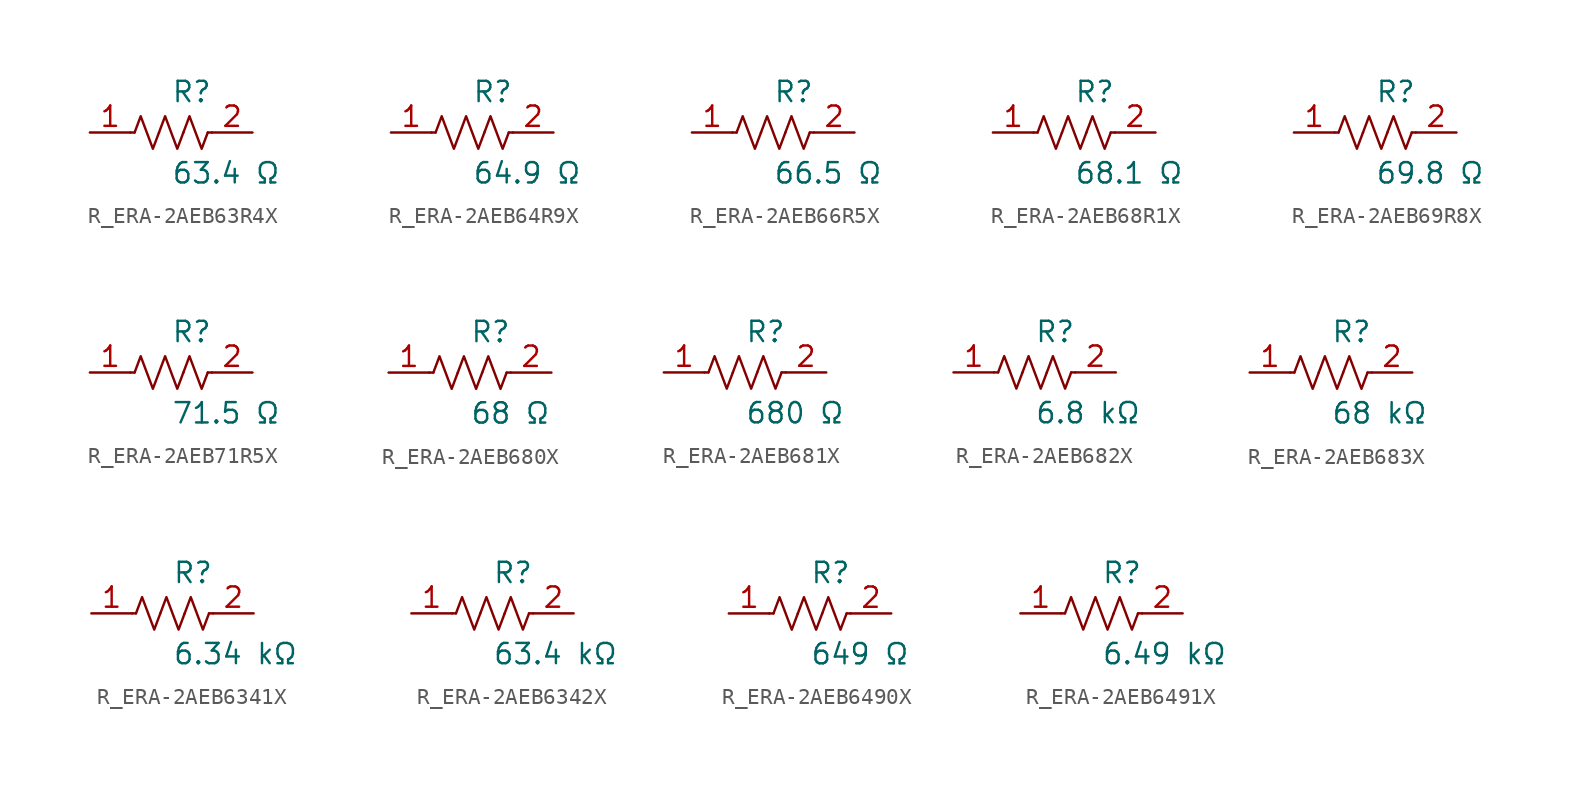
<source format=kicad_sym>
(kicad_symbol_lib
  (version 20231120)
  (generator kicad_symbol_editor)
  (generator_version 8.0)
  (symbol "R_ERA-2AEB63R4X"
    (pin_names
      (offset 0.254))
    (property "Reference" "R"
      (at 0.0 2.54 0)
      (effects (font (size 1.27 1.27)) (justify left)))
    (property "Value" "63.4 Ω"
      (at 0.0 -2.54 0)
      (effects (font (size 1.27 1.27)) (justify left)))
    (symbol "R_ERA-2AEB63R4X_0_1"
      (polyline (pts (xy 2.286 0) (xy 2.54 0)) (stroke (width 0) (type default)) (fill (type none)))
      (polyline (pts (xy -2.286 0) (xy -2.54 0)) (stroke (width 0) (type default)) (fill (type none)))
      (polyline (pts (xy 0.762 0) (xy 1.143 1.016) (xy 1.524 0) (xy 1.905 -1.016) (xy 2.286 0)) (stroke (width 0) (type default)) (fill (type none)))
      (polyline (pts (xy -0.762 0) (xy -0.381 1.016) (xy 0 0) (xy 0.381 -1.016) (xy 0.762 0)) (stroke (width 0) (type default)) (fill (type none)))
      (polyline (pts (xy -2.286 0) (xy -1.905 1.016) (xy -1.524 0) (xy -1.143 -1.016) (xy -0.762 0)) (stroke (width 0) (type default)) (fill (type none))))
    (pin unspecified line
      (at -5.08 0 0)
      (length 2.54)
      (name "" (effects (font (size 1.27 1.27))))
      (number "1" (effects (font (size 1.27 1.27)))))
    (pin unspecified line
      (at 5.08 0 180)
      (length 2.54)
      (name "" (effects (font (size 1.27 1.27))))
      (number "2" (effects (font (size 1.27 1.27))))))
  (symbol "R_ERA-2AEB64R9X"
    (pin_names
      (offset 0.254))
    (property "Reference" "R"
      (at 0.0 2.54 0)
      (effects (font (size 1.27 1.27)) (justify left)))
    (property "Value" "64.9 Ω"
      (at 0.0 -2.54 0)
      (effects (font (size 1.27 1.27)) (justify left)))
    (symbol "R_ERA-2AEB64R9X_0_1"
      (polyline (pts (xy 2.286 0) (xy 2.54 0)) (stroke (width 0) (type default)) (fill (type none)))
      (polyline (pts (xy -2.286 0) (xy -2.54 0)) (stroke (width 0) (type default)) (fill (type none)))
      (polyline (pts (xy 0.762 0) (xy 1.143 1.016) (xy 1.524 0) (xy 1.905 -1.016) (xy 2.286 0)) (stroke (width 0) (type default)) (fill (type none)))
      (polyline (pts (xy -0.762 0) (xy -0.381 1.016) (xy 0 0) (xy 0.381 -1.016) (xy 0.762 0)) (stroke (width 0) (type default)) (fill (type none)))
      (polyline (pts (xy -2.286 0) (xy -1.905 1.016) (xy -1.524 0) (xy -1.143 -1.016) (xy -0.762 0)) (stroke (width 0) (type default)) (fill (type none))))
    (pin unspecified line
      (at -5.08 0 0)
      (length 2.54)
      (name "" (effects (font (size 1.27 1.27))))
      (number "1" (effects (font (size 1.27 1.27)))))
    (pin unspecified line
      (at 5.08 0 180)
      (length 2.54)
      (name "" (effects (font (size 1.27 1.27))))
      (number "2" (effects (font (size 1.27 1.27))))))
  (symbol "R_ERA-2AEB66R5X"
    (pin_names
      (offset 0.254))
    (property "Reference" "R"
      (at 0.0 2.54 0)
      (effects (font (size 1.27 1.27)) (justify left)))
    (property "Value" "66.5 Ω"
      (at 0.0 -2.54 0)
      (effects (font (size 1.27 1.27)) (justify left)))
    (symbol "R_ERA-2AEB66R5X_0_1"
      (polyline (pts (xy 2.286 0) (xy 2.54 0)) (stroke (width 0) (type default)) (fill (type none)))
      (polyline (pts (xy -2.286 0) (xy -2.54 0)) (stroke (width 0) (type default)) (fill (type none)))
      (polyline (pts (xy 0.762 0) (xy 1.143 1.016) (xy 1.524 0) (xy 1.905 -1.016) (xy 2.286 0)) (stroke (width 0) (type default)) (fill (type none)))
      (polyline (pts (xy -0.762 0) (xy -0.381 1.016) (xy 0 0) (xy 0.381 -1.016) (xy 0.762 0)) (stroke (width 0) (type default)) (fill (type none)))
      (polyline (pts (xy -2.286 0) (xy -1.905 1.016) (xy -1.524 0) (xy -1.143 -1.016) (xy -0.762 0)) (stroke (width 0) (type default)) (fill (type none))))
    (pin unspecified line
      (at -5.08 0 0)
      (length 2.54)
      (name "" (effects (font (size 1.27 1.27))))
      (number "1" (effects (font (size 1.27 1.27)))))
    (pin unspecified line
      (at 5.08 0 180)
      (length 2.54)
      (name "" (effects (font (size 1.27 1.27))))
      (number "2" (effects (font (size 1.27 1.27))))))
  (symbol "R_ERA-2AEB68R1X"
    (pin_names
      (offset 0.254))
    (property "Reference" "R"
      (at 0.0 2.54 0)
      (effects (font (size 1.27 1.27)) (justify left)))
    (property "Value" "68.1 Ω"
      (at 0.0 -2.54 0)
      (effects (font (size 1.27 1.27)) (justify left)))
    (symbol "R_ERA-2AEB68R1X_0_1"
      (polyline (pts (xy 2.286 0) (xy 2.54 0)) (stroke (width 0) (type default)) (fill (type none)))
      (polyline (pts (xy -2.286 0) (xy -2.54 0)) (stroke (width 0) (type default)) (fill (type none)))
      (polyline (pts (xy 0.762 0) (xy 1.143 1.016) (xy 1.524 0) (xy 1.905 -1.016) (xy 2.286 0)) (stroke (width 0) (type default)) (fill (type none)))
      (polyline (pts (xy -0.762 0) (xy -0.381 1.016) (xy 0 0) (xy 0.381 -1.016) (xy 0.762 0)) (stroke (width 0) (type default)) (fill (type none)))
      (polyline (pts (xy -2.286 0) (xy -1.905 1.016) (xy -1.524 0) (xy -1.143 -1.016) (xy -0.762 0)) (stroke (width 0) (type default)) (fill (type none))))
    (pin unspecified line
      (at -5.08 0 0)
      (length 2.54)
      (name "" (effects (font (size 1.27 1.27))))
      (number "1" (effects (font (size 1.27 1.27)))))
    (pin unspecified line
      (at 5.08 0 180)
      (length 2.54)
      (name "" (effects (font (size 1.27 1.27))))
      (number "2" (effects (font (size 1.27 1.27))))))
  (symbol "R_ERA-2AEB69R8X"
    (pin_names
      (offset 0.254))
    (property "Reference" "R"
      (at 0.0 2.54 0)
      (effects (font (size 1.27 1.27)) (justify left)))
    (property "Value" "69.8 Ω"
      (at 0.0 -2.54 0)
      (effects (font (size 1.27 1.27)) (justify left)))
    (symbol "R_ERA-2AEB69R8X_0_1"
      (polyline (pts (xy 2.286 0) (xy 2.54 0)) (stroke (width 0) (type default)) (fill (type none)))
      (polyline (pts (xy -2.286 0) (xy -2.54 0)) (stroke (width 0) (type default)) (fill (type none)))
      (polyline (pts (xy 0.762 0) (xy 1.143 1.016) (xy 1.524 0) (xy 1.905 -1.016) (xy 2.286 0)) (stroke (width 0) (type default)) (fill (type none)))
      (polyline (pts (xy -0.762 0) (xy -0.381 1.016) (xy 0 0) (xy 0.381 -1.016) (xy 0.762 0)) (stroke (width 0) (type default)) (fill (type none)))
      (polyline (pts (xy -2.286 0) (xy -1.905 1.016) (xy -1.524 0) (xy -1.143 -1.016) (xy -0.762 0)) (stroke (width 0) (type default)) (fill (type none))))
    (pin unspecified line
      (at -5.08 0 0)
      (length 2.54)
      (name "" (effects (font (size 1.27 1.27))))
      (number "1" (effects (font (size 1.27 1.27)))))
    (pin unspecified line
      (at 5.08 0 180)
      (length 2.54)
      (name "" (effects (font (size 1.27 1.27))))
      (number "2" (effects (font (size 1.27 1.27))))))
  (symbol "R_ERA-2AEB71R5X"
    (pin_names
      (offset 0.254))
    (property "Reference" "R"
      (at 0.0 2.54 0)
      (effects (font (size 1.27 1.27)) (justify left)))
    (property "Value" "71.5 Ω"
      (at 0.0 -2.54 0)
      (effects (font (size 1.27 1.27)) (justify left)))
    (symbol "R_ERA-2AEB71R5X_0_1"
      (polyline (pts (xy 2.286 0) (xy 2.54 0)) (stroke (width 0) (type default)) (fill (type none)))
      (polyline (pts (xy -2.286 0) (xy -2.54 0)) (stroke (width 0) (type default)) (fill (type none)))
      (polyline (pts (xy 0.762 0) (xy 1.143 1.016) (xy 1.524 0) (xy 1.905 -1.016) (xy 2.286 0)) (stroke (width 0) (type default)) (fill (type none)))
      (polyline (pts (xy -0.762 0) (xy -0.381 1.016) (xy 0 0) (xy 0.381 -1.016) (xy 0.762 0)) (stroke (width 0) (type default)) (fill (type none)))
      (polyline (pts (xy -2.286 0) (xy -1.905 1.016) (xy -1.524 0) (xy -1.143 -1.016) (xy -0.762 0)) (stroke (width 0) (type default)) (fill (type none))))
    (pin unspecified line
      (at -5.08 0 0)
      (length 2.54)
      (name "" (effects (font (size 1.27 1.27))))
      (number "1" (effects (font (size 1.27 1.27)))))
    (pin unspecified line
      (at 5.08 0 180)
      (length 2.54)
      (name "" (effects (font (size 1.27 1.27))))
      (number "2" (effects (font (size 1.27 1.27))))))
  (symbol "R_ERA-2AEB680X"
    (pin_names
      (offset 0.254))
    (property "Reference" "R"
      (at 0.0 2.54 0)
      (effects (font (size 1.27 1.27)) (justify left)))
    (property "Value" "68 Ω"
      (at 0.0 -2.54 0)
      (effects (font (size 1.27 1.27)) (justify left)))
    (symbol "R_ERA-2AEB680X_0_1"
      (polyline (pts (xy 2.286 0) (xy 2.54 0)) (stroke (width 0) (type default)) (fill (type none)))
      (polyline (pts (xy -2.286 0) (xy -2.54 0)) (stroke (width 0) (type default)) (fill (type none)))
      (polyline (pts (xy 0.762 0) (xy 1.143 1.016) (xy 1.524 0) (xy 1.905 -1.016) (xy 2.286 0)) (stroke (width 0) (type default)) (fill (type none)))
      (polyline (pts (xy -0.762 0) (xy -0.381 1.016) (xy 0 0) (xy 0.381 -1.016) (xy 0.762 0)) (stroke (width 0) (type default)) (fill (type none)))
      (polyline (pts (xy -2.286 0) (xy -1.905 1.016) (xy -1.524 0) (xy -1.143 -1.016) (xy -0.762 0)) (stroke (width 0) (type default)) (fill (type none))))
    (pin unspecified line
      (at -5.08 0 0)
      (length 2.54)
      (name "" (effects (font (size 1.27 1.27))))
      (number "1" (effects (font (size 1.27 1.27)))))
    (pin unspecified line
      (at 5.08 0 180)
      (length 2.54)
      (name "" (effects (font (size 1.27 1.27))))
      (number "2" (effects (font (size 1.27 1.27))))))
  (symbol "R_ERA-2AEB681X"
    (pin_names
      (offset 0.254))
    (property "Reference" "R"
      (at 0.0 2.54 0)
      (effects (font (size 1.27 1.27)) (justify left)))
    (property "Value" "680 Ω"
      (at 0.0 -2.54 0)
      (effects (font (size 1.27 1.27)) (justify left)))
    (symbol "R_ERA-2AEB681X_0_1"
      (polyline (pts (xy 2.286 0) (xy 2.54 0)) (stroke (width 0) (type default)) (fill (type none)))
      (polyline (pts (xy -2.286 0) (xy -2.54 0)) (stroke (width 0) (type default)) (fill (type none)))
      (polyline (pts (xy 0.762 0) (xy 1.143 1.016) (xy 1.524 0) (xy 1.905 -1.016) (xy 2.286 0)) (stroke (width 0) (type default)) (fill (type none)))
      (polyline (pts (xy -0.762 0) (xy -0.381 1.016) (xy 0 0) (xy 0.381 -1.016) (xy 0.762 0)) (stroke (width 0) (type default)) (fill (type none)))
      (polyline (pts (xy -2.286 0) (xy -1.905 1.016) (xy -1.524 0) (xy -1.143 -1.016) (xy -0.762 0)) (stroke (width 0) (type default)) (fill (type none))))
    (pin unspecified line
      (at -5.08 0 0)
      (length 2.54)
      (name "" (effects (font (size 1.27 1.27))))
      (number "1" (effects (font (size 1.27 1.27)))))
    (pin unspecified line
      (at 5.08 0 180)
      (length 2.54)
      (name "" (effects (font (size 1.27 1.27))))
      (number "2" (effects (font (size 1.27 1.27))))))
  (symbol "R_ERA-2AEB682X"
    (pin_names
      (offset 0.254))
    (property "Reference" "R"
      (at 0.0 2.54 0)
      (effects (font (size 1.27 1.27)) (justify left)))
    (property "Value" "6.8 kΩ"
      (at 0.0 -2.54 0)
      (effects (font (size 1.27 1.27)) (justify left)))
    (symbol "R_ERA-2AEB682X_0_1"
      (polyline (pts (xy 2.286 0) (xy 2.54 0)) (stroke (width 0) (type default)) (fill (type none)))
      (polyline (pts (xy -2.286 0) (xy -2.54 0)) (stroke (width 0) (type default)) (fill (type none)))
      (polyline (pts (xy 0.762 0) (xy 1.143 1.016) (xy 1.524 0) (xy 1.905 -1.016) (xy 2.286 0)) (stroke (width 0) (type default)) (fill (type none)))
      (polyline (pts (xy -0.762 0) (xy -0.381 1.016) (xy 0 0) (xy 0.381 -1.016) (xy 0.762 0)) (stroke (width 0) (type default)) (fill (type none)))
      (polyline (pts (xy -2.286 0) (xy -1.905 1.016) (xy -1.524 0) (xy -1.143 -1.016) (xy -0.762 0)) (stroke (width 0) (type default)) (fill (type none))))
    (pin unspecified line
      (at -5.08 0 0)
      (length 2.54)
      (name "" (effects (font (size 1.27 1.27))))
      (number "1" (effects (font (size 1.27 1.27)))))
    (pin unspecified line
      (at 5.08 0 180)
      (length 2.54)
      (name "" (effects (font (size 1.27 1.27))))
      (number "2" (effects (font (size 1.27 1.27))))))
  (symbol "R_ERA-2AEB683X"
    (pin_names
      (offset 0.254))
    (property "Reference" "R"
      (at 0.0 2.54 0)
      (effects (font (size 1.27 1.27)) (justify left)))
    (property "Value" "68 kΩ"
      (at 0.0 -2.54 0)
      (effects (font (size 1.27 1.27)) (justify left)))
    (symbol "R_ERA-2AEB683X_0_1"
      (polyline (pts (xy 2.286 0) (xy 2.54 0)) (stroke (width 0) (type default)) (fill (type none)))
      (polyline (pts (xy -2.286 0) (xy -2.54 0)) (stroke (width 0) (type default)) (fill (type none)))
      (polyline (pts (xy 0.762 0) (xy 1.143 1.016) (xy 1.524 0) (xy 1.905 -1.016) (xy 2.286 0)) (stroke (width 0) (type default)) (fill (type none)))
      (polyline (pts (xy -0.762 0) (xy -0.381 1.016) (xy 0 0) (xy 0.381 -1.016) (xy 0.762 0)) (stroke (width 0) (type default)) (fill (type none)))
      (polyline (pts (xy -2.286 0) (xy -1.905 1.016) (xy -1.524 0) (xy -1.143 -1.016) (xy -0.762 0)) (stroke (width 0) (type default)) (fill (type none))))
    (pin unspecified line
      (at -5.08 0 0)
      (length 2.54)
      (name "" (effects (font (size 1.27 1.27))))
      (number "1" (effects (font (size 1.27 1.27)))))
    (pin unspecified line
      (at 5.08 0 180)
      (length 2.54)
      (name "" (effects (font (size 1.27 1.27))))
      (number "2" (effects (font (size 1.27 1.27))))))
  (symbol "R_ERA-2AEB6341X"
    (pin_names
      (offset 0.254))
    (property "Reference" "R"
      (at 0.0 2.54 0)
      (effects (font (size 1.27 1.27)) (justify left)))
    (property "Value" "6.34 kΩ"
      (at 0.0 -2.54 0)
      (effects (font (size 1.27 1.27)) (justify left)))
    (symbol "R_ERA-2AEB6341X_0_1"
      (polyline (pts (xy 2.286 0) (xy 2.54 0)) (stroke (width 0) (type default)) (fill (type none)))
      (polyline (pts (xy -2.286 0) (xy -2.54 0)) (stroke (width 0) (type default)) (fill (type none)))
      (polyline (pts (xy 0.762 0) (xy 1.143 1.016) (xy 1.524 0) (xy 1.905 -1.016) (xy 2.286 0)) (stroke (width 0) (type default)) (fill (type none)))
      (polyline (pts (xy -0.762 0) (xy -0.381 1.016) (xy 0 0) (xy 0.381 -1.016) (xy 0.762 0)) (stroke (width 0) (type default)) (fill (type none)))
      (polyline (pts (xy -2.286 0) (xy -1.905 1.016) (xy -1.524 0) (xy -1.143 -1.016) (xy -0.762 0)) (stroke (width 0) (type default)) (fill (type none))))
    (pin unspecified line
      (at -5.08 0 0)
      (length 2.54)
      (name "" (effects (font (size 1.27 1.27))))
      (number "1" (effects (font (size 1.27 1.27)))))
    (pin unspecified line
      (at 5.08 0 180)
      (length 2.54)
      (name "" (effects (font (size 1.27 1.27))))
      (number "2" (effects (font (size 1.27 1.27))))))
  (symbol "R_ERA-2AEB6342X"
    (pin_names
      (offset 0.254))
    (property "Reference" "R"
      (at 0.0 2.54 0)
      (effects (font (size 1.27 1.27)) (justify left)))
    (property "Value" "63.4 kΩ"
      (at 0.0 -2.54 0)
      (effects (font (size 1.27 1.27)) (justify left)))
    (symbol "R_ERA-2AEB6342X_0_1"
      (polyline (pts (xy 2.286 0) (xy 2.54 0)) (stroke (width 0) (type default)) (fill (type none)))
      (polyline (pts (xy -2.286 0) (xy -2.54 0)) (stroke (width 0) (type default)) (fill (type none)))
      (polyline (pts (xy 0.762 0) (xy 1.143 1.016) (xy 1.524 0) (xy 1.905 -1.016) (xy 2.286 0)) (stroke (width 0) (type default)) (fill (type none)))
      (polyline (pts (xy -0.762 0) (xy -0.381 1.016) (xy 0 0) (xy 0.381 -1.016) (xy 0.762 0)) (stroke (width 0) (type default)) (fill (type none)))
      (polyline (pts (xy -2.286 0) (xy -1.905 1.016) (xy -1.524 0) (xy -1.143 -1.016) (xy -0.762 0)) (stroke (width 0) (type default)) (fill (type none))))
    (pin unspecified line
      (at -5.08 0 0)
      (length 2.54)
      (name "" (effects (font (size 1.27 1.27))))
      (number "1" (effects (font (size 1.27 1.27)))))
    (pin unspecified line
      (at 5.08 0 180)
      (length 2.54)
      (name "" (effects (font (size 1.27 1.27))))
      (number "2" (effects (font (size 1.27 1.27))))))
  (symbol "R_ERA-2AEB6490X"
    (pin_names
      (offset 0.254))
    (property "Reference" "R"
      (at 0.0 2.54 0)
      (effects (font (size 1.27 1.27)) (justify left)))
    (property "Value" "649 Ω"
      (at 0.0 -2.54 0)
      (effects (font (size 1.27 1.27)) (justify left)))
    (symbol "R_ERA-2AEB6490X_0_1"
      (polyline (pts (xy 2.286 0) (xy 2.54 0)) (stroke (width 0) (type default)) (fill (type none)))
      (polyline (pts (xy -2.286 0) (xy -2.54 0)) (stroke (width 0) (type default)) (fill (type none)))
      (polyline (pts (xy 0.762 0) (xy 1.143 1.016) (xy 1.524 0) (xy 1.905 -1.016) (xy 2.286 0)) (stroke (width 0) (type default)) (fill (type none)))
      (polyline (pts (xy -0.762 0) (xy -0.381 1.016) (xy 0 0) (xy 0.381 -1.016) (xy 0.762 0)) (stroke (width 0) (type default)) (fill (type none)))
      (polyline (pts (xy -2.286 0) (xy -1.905 1.016) (xy -1.524 0) (xy -1.143 -1.016) (xy -0.762 0)) (stroke (width 0) (type default)) (fill (type none))))
    (pin unspecified line
      (at -5.08 0 0)
      (length 2.54)
      (name "" (effects (font (size 1.27 1.27))))
      (number "1" (effects (font (size 1.27 1.27)))))
    (pin unspecified line
      (at 5.08 0 180)
      (length 2.54)
      (name "" (effects (font (size 1.27 1.27))))
      (number "2" (effects (font (size 1.27 1.27))))))
  (symbol "R_ERA-2AEB6491X"
    (pin_names
      (offset 0.254))
    (property "Reference" "R"
      (at 0.0 2.54 0)
      (effects (font (size 1.27 1.27)) (justify left)))
    (property "Value" "6.49 kΩ"
      (at 0.0 -2.54 0)
      (effects (font (size 1.27 1.27)) (justify left)))
    (symbol "R_ERA-2AEB6491X_0_1"
      (polyline (pts (xy 2.286 0) (xy 2.54 0)) (stroke (width 0) (type default)) (fill (type none)))
      (polyline (pts (xy -2.286 0) (xy -2.54 0)) (stroke (width 0) (type default)) (fill (type none)))
      (polyline (pts (xy 0.762 0) (xy 1.143 1.016) (xy 1.524 0) (xy 1.905 -1.016) (xy 2.286 0)) (stroke (width 0) (type default)) (fill (type none)))
      (polyline (pts (xy -0.762 0) (xy -0.381 1.016) (xy 0 0) (xy 0.381 -1.016) (xy 0.762 0)) (stroke (width 0) (type default)) (fill (type none)))
      (polyline (pts (xy -2.286 0) (xy -1.905 1.016) (xy -1.524 0) (xy -1.143 -1.016) (xy -0.762 0)) (stroke (width 0) (type default)) (fill (type none))))
    (pin unspecified line
      (at -5.08 0 0)
      (length 2.54)
      (name "" (effects (font (size 1.27 1.27))))
      (number "1" (effects (font (size 1.27 1.27)))))
    (pin unspecified line
      (at 5.08 0 180)
      (length 2.54)
      (name "" (effects (font (size 1.27 1.27))))
      (number "2" (effects (font (size 1.27 1.27)))))))
</source>
